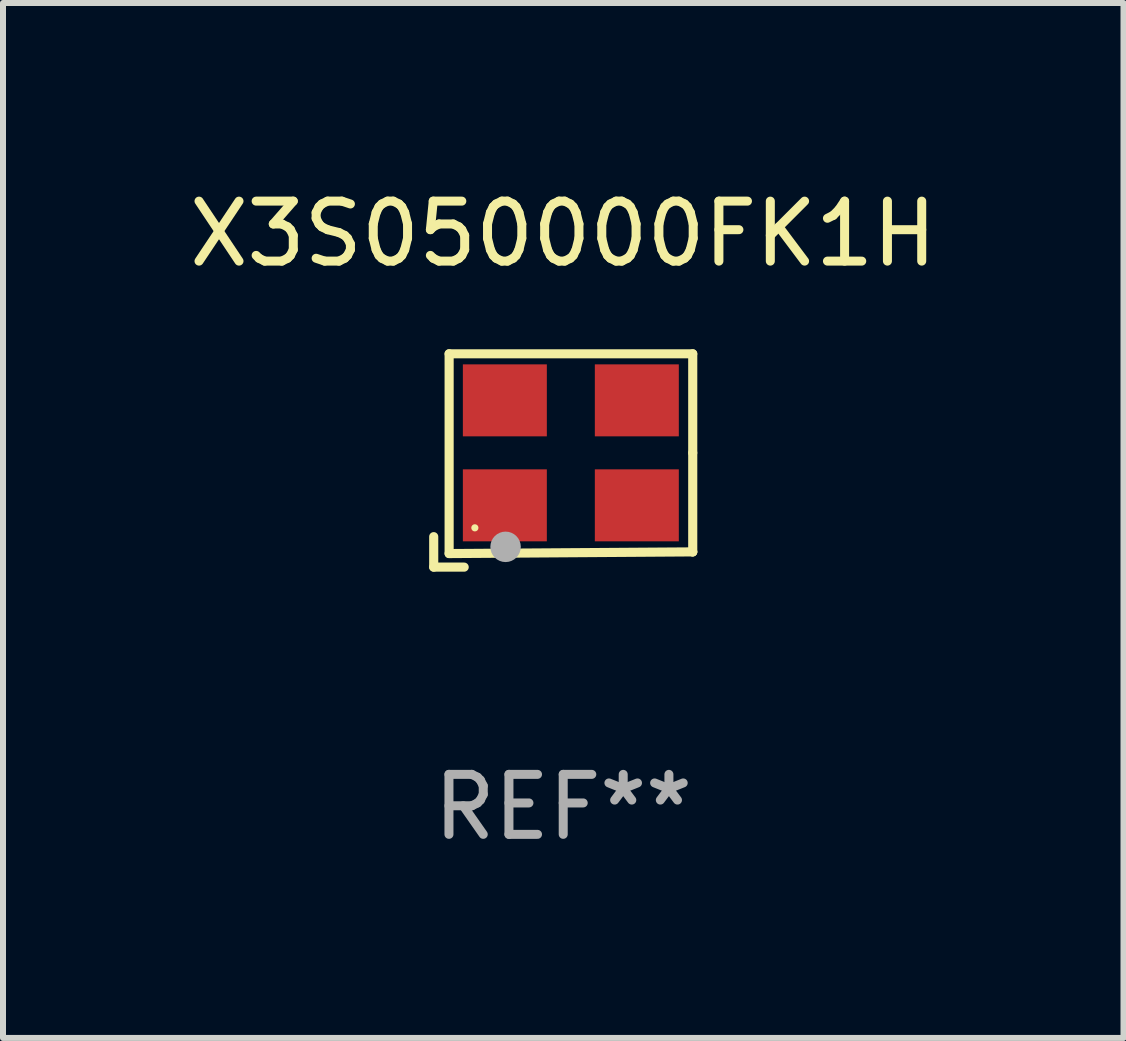
<source format=kicad_pcb>
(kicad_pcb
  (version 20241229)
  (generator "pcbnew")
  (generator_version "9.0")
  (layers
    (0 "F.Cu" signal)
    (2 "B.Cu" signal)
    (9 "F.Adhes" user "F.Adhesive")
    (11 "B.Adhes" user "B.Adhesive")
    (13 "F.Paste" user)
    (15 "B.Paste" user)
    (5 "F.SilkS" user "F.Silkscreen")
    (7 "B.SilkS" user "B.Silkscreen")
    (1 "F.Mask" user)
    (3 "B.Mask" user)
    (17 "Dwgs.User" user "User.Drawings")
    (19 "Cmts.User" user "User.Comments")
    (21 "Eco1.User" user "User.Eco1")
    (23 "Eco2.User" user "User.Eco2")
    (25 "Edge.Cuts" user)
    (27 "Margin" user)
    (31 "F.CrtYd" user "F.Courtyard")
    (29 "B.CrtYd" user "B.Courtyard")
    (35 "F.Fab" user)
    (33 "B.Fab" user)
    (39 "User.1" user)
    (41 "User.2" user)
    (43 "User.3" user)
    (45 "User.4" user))
  (footprint "X3S050000FK1H"
    (layer "F.Cu")
    (at 6.339 4.626)
    (property "Reference" "X3S050000FK1H" (at 0 -3.778 0) (layer "F.SilkS") (effects (font (size 1 1) (thickness 0.15))))
    (attr through_hole)
    (fp_line (start -2.159 1.27) (end -2.159 1.778) (stroke (width 0.152) (type solid)) (layer "F.SilkS"))
    (fp_line (start -2.159 1.778) (end -1.651 1.778) (stroke (width 0.152) (type solid)) (layer "F.SilkS"))
    (fp_line (start -1.902 -1.778) (end 2.159 -1.778) (stroke (width 0.152) (type solid)) (layer "F.SilkS"))
    (fp_line (start -1.902 1.552) (end -1.902 -1.778) (stroke (width 0.152) (type solid)) (layer "F.SilkS"))
    (fp_line (start 2.159 -1.778) (end 2.159 -0.127) (stroke (width 0.152) (type solid)) (layer "F.SilkS"))
    (fp_line (start 2.159 -0.127) (end 2.159 1.524) (stroke (width 0.152) (type solid)) (layer "F.SilkS"))
    (fp_line (start 2.159 1.524) (end -1.902 1.552) (stroke (width 0.152) (type solid)) (layer "F.SilkS"))
    (fp_line (start 2.159 1.524) (end 2.159 1.524) (stroke (width 0.152) (type solid)) (layer "F.SilkS"))
    (fp_circle (center -1.473 1.123) (end -1.443 1.123) (stroke (width 0.06) (type solid)) (fill no) (layer "F.SilkS"))
    (fp_circle (center -0.961 1.44) (end -0.834 1.44) (stroke (width 0.254) (type solid)) (fill no) (layer "F.Fab"))
    (fp_text user "REF**" (at 0 5.778 0) (layer "F.Fab") (effects (font (size 1 1) (thickness 0.15))))
    (pad "1" smd rect (at -0.973 0.748) (size 1.4 1.2) (layers "F.Cu" "F.Mask" "F.Paste"))
    (pad "2" smd rect (at 1.227 0.748) (size 1.4 1.2) (layers "F.Cu" "F.Mask" "F.Paste"))
    (pad "3" smd rect (at 1.227 -1.002) (size 1.4 1.2) (layers "F.Cu" "F.Mask" "F.Paste"))
    (pad "4" smd rect (at -0.973 -1.002) (size 1.4 1.2) (layers "F.Cu" "F.Mask" "F.Paste")))
  (gr_rect
    (start -3 -3)
    (end 15.679 14.253)
    (stroke (width 0.1) (type default))
    (fill no)
    (layer "Edge.Cuts")))
</source>
